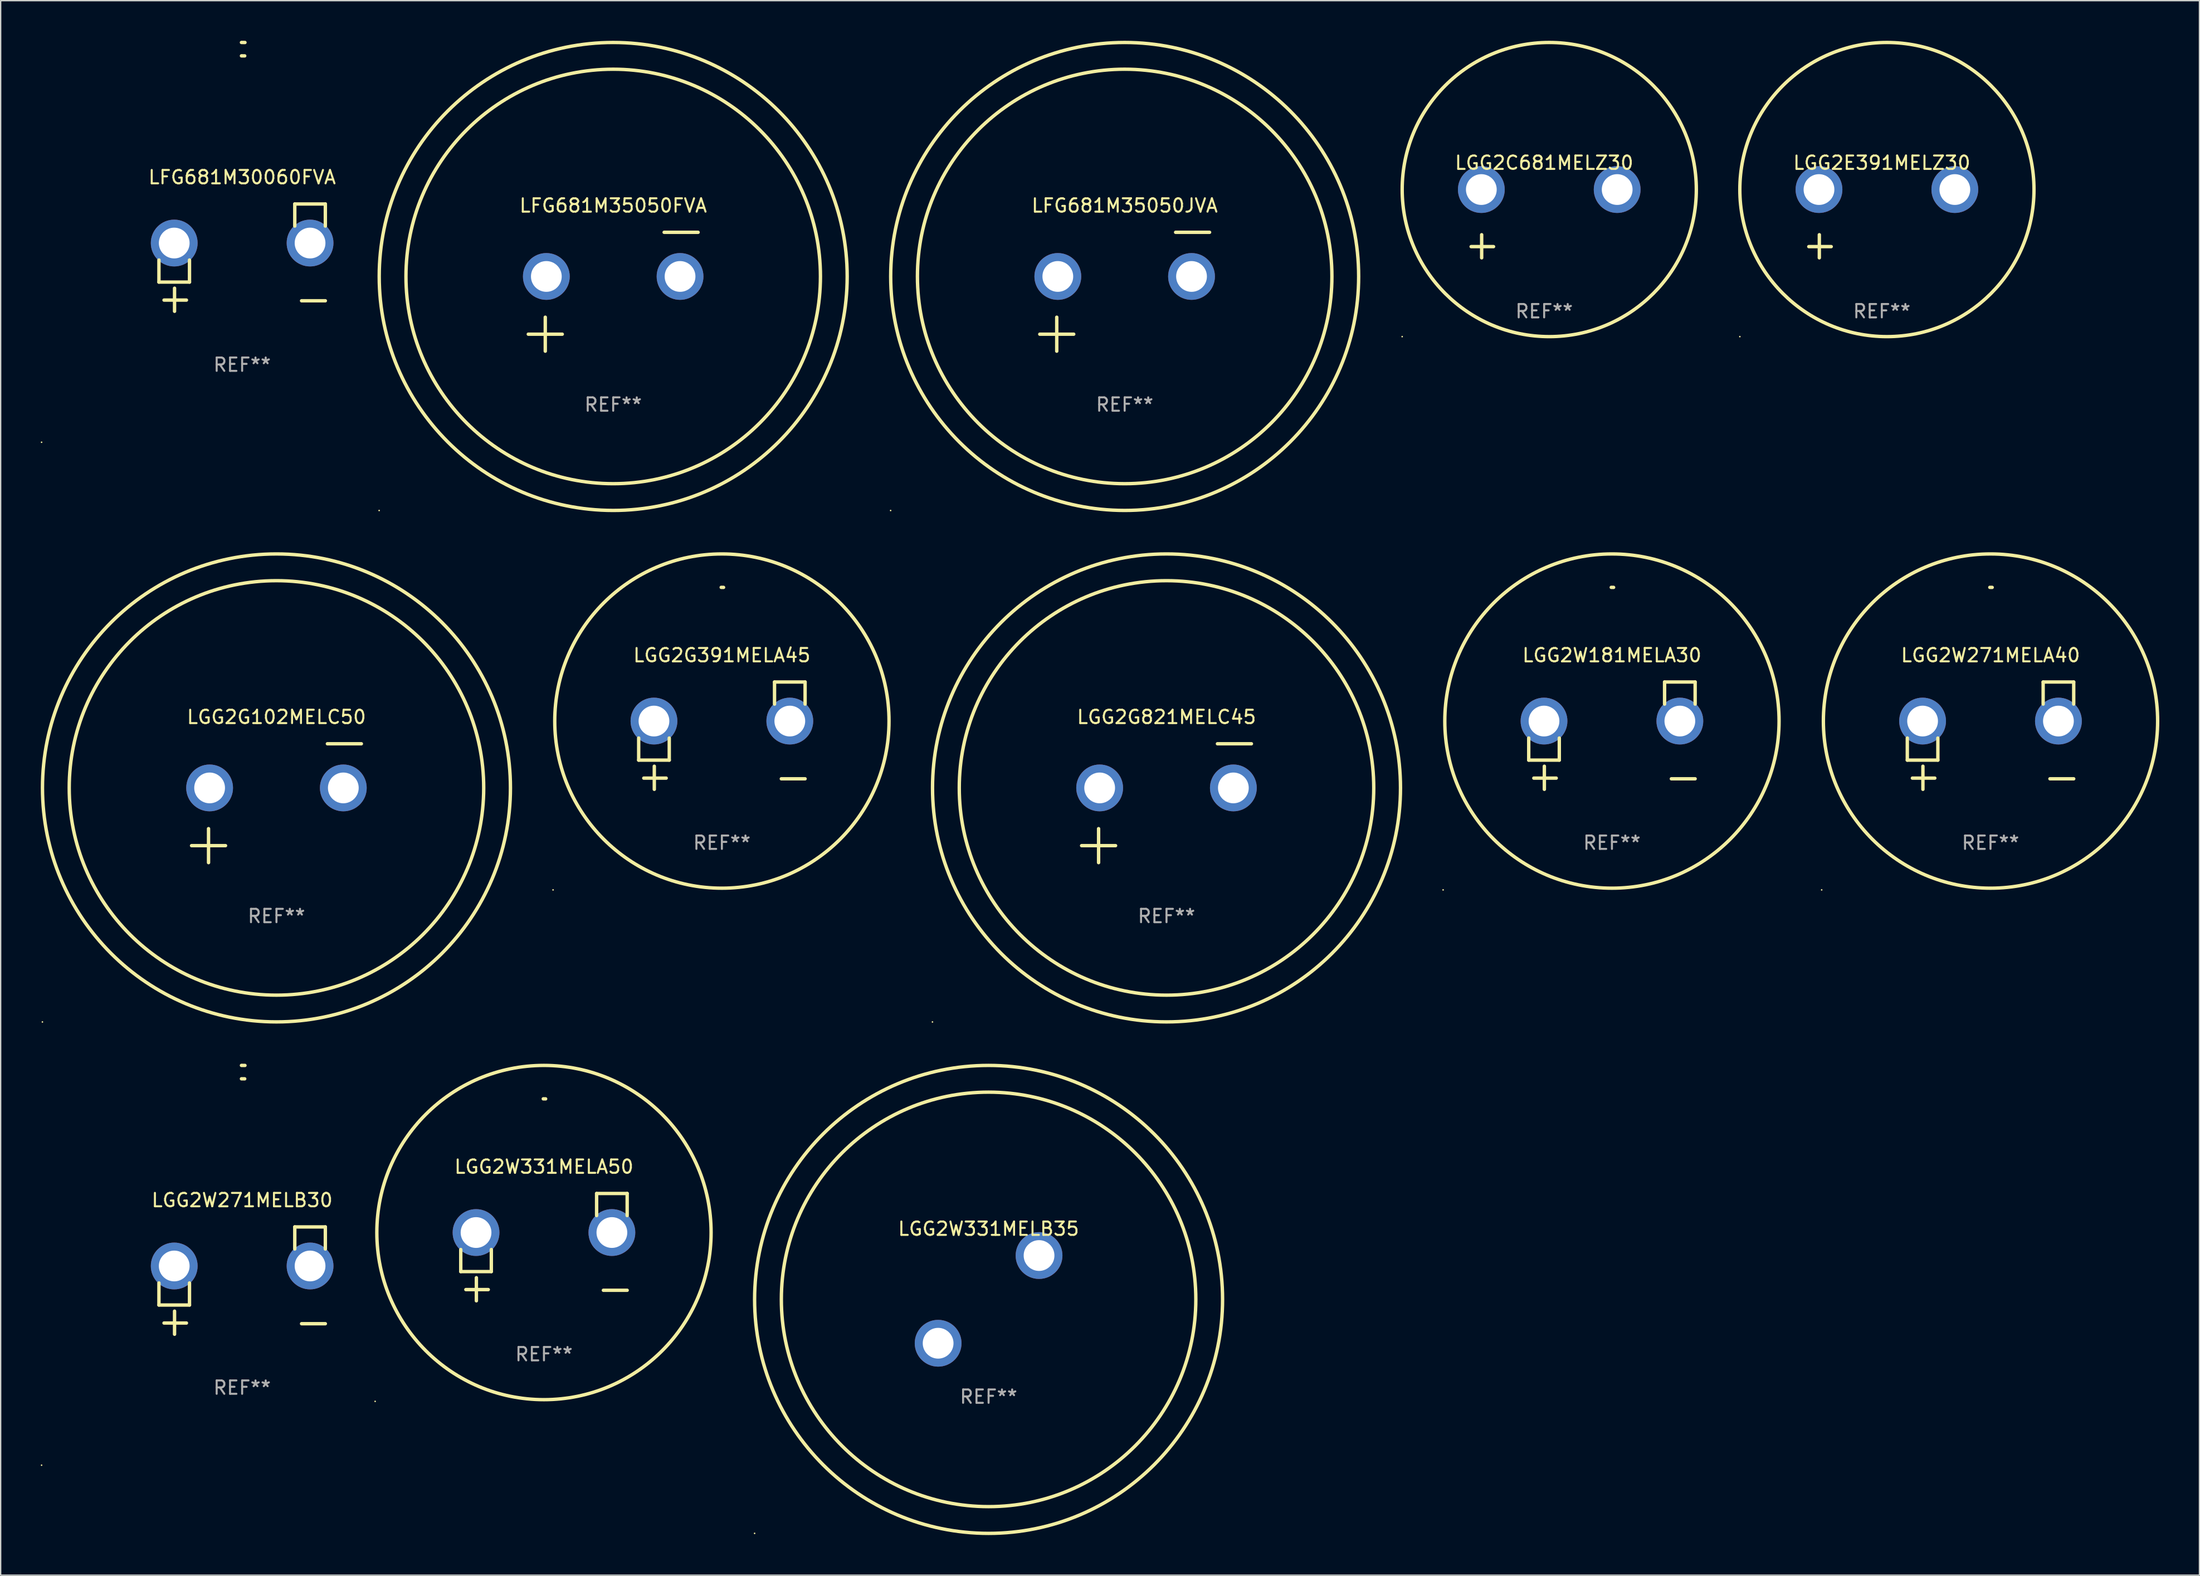
<source format=kicad_pcb>
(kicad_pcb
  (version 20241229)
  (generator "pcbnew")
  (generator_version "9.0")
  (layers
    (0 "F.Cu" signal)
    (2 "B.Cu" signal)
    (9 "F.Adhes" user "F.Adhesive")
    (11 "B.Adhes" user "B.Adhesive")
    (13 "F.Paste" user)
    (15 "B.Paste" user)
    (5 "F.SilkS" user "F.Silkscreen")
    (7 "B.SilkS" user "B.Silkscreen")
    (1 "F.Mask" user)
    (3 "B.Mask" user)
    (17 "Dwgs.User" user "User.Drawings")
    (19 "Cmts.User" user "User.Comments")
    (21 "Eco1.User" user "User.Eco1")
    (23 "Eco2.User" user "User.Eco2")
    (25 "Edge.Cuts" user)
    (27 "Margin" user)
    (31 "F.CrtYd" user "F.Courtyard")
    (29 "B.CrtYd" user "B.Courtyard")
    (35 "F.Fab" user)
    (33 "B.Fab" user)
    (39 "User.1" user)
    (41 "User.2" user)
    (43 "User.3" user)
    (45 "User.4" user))
  (footprint "LGG2G102MELC50"
    (layer "F.Cu")
    (at 17.627 57.024)
    (property "Reference" "LGG2G102MELC50" (at 0 -6.445 0) (layer "F.SilkS") (effects (font (size 1 1) (thickness 0.15))))
    (attr through_hole)
    (fp_line (start -6.35 3.175) (end -3.81 3.175) (stroke (width 0.254) (type solid)) (layer "F.SilkS"))
    (fp_line (start -5.08 1.905) (end -5.08 4.445) (stroke (width 0.254) (type solid)) (layer "F.SilkS"))
    (fp_line (start 3.81 -4.445) (end 6.35 -4.445) (stroke (width 0.254) (type solid)) (layer "F.SilkS"))
    (fp_circle (center -17.505 16.362) (end -17.475 16.362) (stroke (width 0.06) (type solid)) (fill no) (layer "F.SilkS"))
    (fp_circle (center 0 -1.143) (end 15.5 -1.143) (stroke (width 0.254) (type solid)) (fill no) (layer "F.SilkS"))
    (fp_circle (center 0 -1.143) (end 17.5 -1.143) (stroke (width 0.254) (type solid)) (fill no) (layer "F.SilkS"))
    (fp_text user "REF**" (at 0 8.445 0) (layer "F.Fab") (effects (font (size 1 1) (thickness 0.15))))
    (pad "1" thru_hole circle (at -5 -1.143) (size 3.5 3.5) (drill 2.3) (layers "*.Cu" "*.Mask"))
    (pad "2" thru_hole circle (at 5 -1.143) (size 3.5 3.5) (drill 2.3) (layers "*.Cu" "*.Mask")))
  (footprint "LGG2W271MELA40"
    (layer "F.Cu")
    (at 145.823 51.973)
    (property "Reference" "LGG2W271MELA40" (at 0 -6.013 0) (layer "F.SilkS") (effects (font (size 1 1) (thickness 0.15))))
    (attr through_hole)
    (fp_line (start -6.223 0.178) (end -6.223 1.829) (stroke (width 0.254) (type solid)) (layer "F.SilkS"))
    (fp_line (start -6.223 1.829) (end -3.937 1.829) (stroke (width 0.254) (type solid)) (layer "F.SilkS"))
    (fp_line (start -5.055 4.013) (end -5.055 2.286) (stroke (width 0.254) (type solid)) (layer "F.SilkS"))
    (fp_line (start -4.166 3.175) (end -5.842 3.175) (stroke (width 0.254) (type solid)) (layer "F.SilkS"))
    (fp_line (start -3.937 1.829) (end -3.937 0.178) (stroke (width 0.254) (type solid)) (layer "F.SilkS"))
    (fp_line (start 3.937 -4.013) (end 3.937 -2.362) (stroke (width 0.254) (type solid)) (layer "F.SilkS"))
    (fp_line (start 6.223 -4.013) (end 3.937 -4.013) (stroke (width 0.254) (type solid)) (layer "F.SilkS"))
    (fp_line (start 6.223 -2.362) (end 6.223 -4.013) (stroke (width 0.254) (type solid)) (layer "F.SilkS"))
    (fp_line (start 6.223 3.226) (end 4.445 3.226) (stroke (width 0.254) (type solid)) (layer "F.SilkS"))
    (fp_arc (start -0.0508 -11.092202) (mid 0.036835 -11.091307) (end 0.12446 -11.089662) (stroke (width 0.254001) (type solid)) (layer "F.SilkS"))
    (fp_circle (center -12.627 11.535) (end -12.597 11.535) (stroke (width 0.06) (type solid)) (fill no) (layer "F.SilkS"))
    (fp_circle (center 0 -1.092) (end 12.5 -1.092) (stroke (width 0.254) (type solid)) (fill no) (layer "F.SilkS"))
    (fp_text user "REF**" (at 0 8.013 0) (layer "F.Fab") (effects (font (size 1 1) (thickness 0.15))))
    (pad "1" thru_hole circle (at -5.08 -1.092) (size 3.5 3.5) (drill 2.3) (layers "*.Cu" "*.Mask"))
    (pad "2" thru_hole circle (at 5.08 -1.092) (size 3.5 3.5) (drill 2.3) (layers "*.Cu" "*.Mask")))
  (footprint "LGG2W331MELB35"
    (layer "F.Cu")
    (at 70.888 94.136)
    (property "Reference" "LGG2W331MELB35" (at 0 -5.28 0) (layer "F.SilkS") (effects (font (size 1 1) (thickness 0.15))))
    (attr through_hole)
    (fp_circle (center -17.5 17.5) (end -17.47 17.5) (stroke (width 0.06) (type solid)) (fill no) (layer "F.SilkS"))
    (fp_circle (center 0.000127 0) (end 15.5 0) (stroke (width 0.254) (type solid)) (fill no) (layer "F.SilkS"))
    (fp_circle (center 0.000127 0) (end 17.5 0) (stroke (width 0.254) (type solid)) (fill no) (layer "F.SilkS"))
    (fp_text user "+" (at -2.209 6.481 0) (layer "B.Mask") (effects (font (size 1 1) (thickness 0.15))))
    (fp_text user "-" (at 3.792 -0.019 0) (layer "B.Mask") (effects (font (size 1 1) (thickness 0.15))))
    (fp_text user "REF**" (at 0 7.28 0) (layer "F.Fab") (effects (font (size 1 1) (thickness 0.15))))
    (pad "1" thru_hole circle (at -3.774 3.28) (size 3.5 3.5) (drill 2.3) (layers "*.Cu" "*.Mask"))
    (pad "2" thru_hole circle (at 3.774 -3.28) (size 3.5 3.5) (drill 2.3) (layers "*.Cu" "*.Mask")))
  (footprint "LFG681M35050JVA"
    (layer "F.Cu")
    (at 81.066 18.77)
    (property "Reference" "LFG681M35050JVA" (at 0 -6.445 0) (layer "F.SilkS") (effects (font (size 1 1) (thickness 0.15))))
    (attr through_hole)
    (fp_line (start -6.35 3.175) (end -3.81 3.175) (stroke (width 0.254) (type solid)) (layer "F.SilkS"))
    (fp_line (start -5.08 1.905) (end -5.08 4.445) (stroke (width 0.254) (type solid)) (layer "F.SilkS"))
    (fp_line (start 3.81 -4.445) (end 6.35 -4.445) (stroke (width 0.254) (type solid)) (layer "F.SilkS"))
    (fp_circle (center -17.505 16.362) (end -17.475 16.362) (stroke (width 0.06) (type solid)) (fill no) (layer "F.SilkS"))
    (fp_circle (center 0 -1.143) (end 15.5 -1.143) (stroke (width 0.254) (type solid)) (fill no) (layer "F.SilkS"))
    (fp_circle (center 0 -1.143) (end 17.5 -1.143) (stroke (width 0.254) (type solid)) (fill no) (layer "F.SilkS"))
    (fp_text user "REF**" (at 0 8.445 0) (layer "F.Fab") (effects (font (size 1 1) (thickness 0.15))))
    (pad "1" thru_hole circle (at -5 -1.143) (size 3.5 3.5) (drill 2.3) (layers "*.Cu" "*.Mask"))
    (pad "2" thru_hole circle (at 5 -1.143) (size 3.5 3.5) (drill 2.3) (layers "*.Cu" "*.Mask")))
  (footprint "LGG2W271MELB30"
    (layer "F.Cu")
    (at 15.06 92.729)
    (property "Reference" "LGG2W271MELB30" (at 0 -6.013 0) (layer "F.SilkS") (effects (font (size 1 1) (thickness 0.15))))
    (attr through_hole)
    (fp_line (start -6.223 0.178) (end -6.223 1.829) (stroke (width 0.254) (type solid)) (layer "F.SilkS"))
    (fp_line (start -6.223 1.829) (end -3.937 1.829) (stroke (width 0.254) (type solid)) (layer "F.SilkS"))
    (fp_line (start -5.055 4.013) (end -5.055 2.286) (stroke (width 0.254) (type solid)) (layer "F.SilkS"))
    (fp_line (start -4.166 3.175) (end -5.842 3.175) (stroke (width 0.254) (type solid)) (layer "F.SilkS"))
    (fp_line (start -3.937 1.829) (end -3.937 0.178) (stroke (width 0.254) (type solid)) (layer "F.SilkS"))
    (fp_line (start 3.937 -4.013) (end 3.937 -2.362) (stroke (width 0.254) (type solid)) (layer "F.SilkS"))
    (fp_line (start 6.223 -4.013) (end 3.937 -4.013) (stroke (width 0.254) (type solid)) (layer "F.SilkS"))
    (fp_line (start 6.223 -2.362) (end 6.223 -4.013) (stroke (width 0.254) (type solid)) (layer "F.SilkS"))
    (fp_line (start 6.223 3.226) (end 4.445 3.226) (stroke (width 0.254) (type solid)) (layer "F.SilkS"))
    (fp_arc (start -0.0508 -16.093472) (mid 0.080016 -16.092762) (end 0.210821 -16.090932) (stroke (width 0.254001) (type solid)) (layer "F.SilkS"))
    (fp_arc (start -0.0508 -15.09271) (mid 0.071125 -15.091961) (end 0.19304 -15.09017) (stroke (width 0.254001) (type solid)) (layer "F.SilkS"))
    (fp_circle (center -15 13.808) (end -14.97 13.808) (stroke (width 0.06) (type solid)) (fill no) (layer "F.SilkS"))
    (fp_text user "REF**" (at 0 8.013 0) (layer "F.Fab") (effects (font (size 1 1) (thickness 0.15))))
    (pad "1" thru_hole circle (at -5.08 -1.092) (size 3.5 3.5) (drill 2.3) (layers "*.Cu" "*.Mask"))
    (pad "2" thru_hole circle (at 5.08 -1.092) (size 3.5 3.5) (drill 2.3) (layers "*.Cu" "*.Mask")))
  (footprint "LGG2C681MELZ30"
    (layer "F.Cu")
    (at 112.44 13.68)
    (property "Reference" "LGG2C681MELZ30" (at 0 -4.553 0) (layer "F.SilkS") (effects (font (size 1 1) (thickness 0.15))))
    (attr through_hole)
    (fp_line (start -4.674 2.553) (end -4.674 0.826) (stroke (width 0.254) (type solid)) (layer "F.SilkS"))
    (fp_line (start -3.785 1.715) (end -5.461 1.715) (stroke (width 0.254) (type solid)) (layer "F.SilkS"))
    (fp_circle (center -10.619 8.447) (end -10.589 8.447) (stroke (width 0.06) (type solid)) (fill no) (layer "F.SilkS"))
    (fp_circle (center 0.381 -2.553) (end 11.381 -2.553) (stroke (width 0.254) (type solid)) (fill no) (layer "F.SilkS"))
    (fp_text user "REF**" (at 0 6.553 0) (layer "F.Fab") (effects (font (size 1 1) (thickness 0.15))))
    (pad "1" thru_hole circle (at -4.699 -2.553) (size 3.5 3.5) (drill 2.3) (layers "*.Cu" "*.Mask"))
    (pad "2" thru_hole circle (at 5.461 -2.553) (size 3.5 3.5) (drill 2.3) (layers "*.Cu" "*.Mask")))
  (footprint "LGG2G821MELC45"
    (layer "F.Cu")
    (at 84.195 57.024)
    (property "Reference" "LGG2G821MELC45" (at 0 -6.445 0) (layer "F.SilkS") (effects (font (size 1 1) (thickness 0.15))))
    (attr through_hole)
    (fp_line (start -6.35 3.175) (end -3.81 3.175) (stroke (width 0.254) (type solid)) (layer "F.SilkS"))
    (fp_line (start -5.08 1.905) (end -5.08 4.445) (stroke (width 0.254) (type solid)) (layer "F.SilkS"))
    (fp_line (start 3.81 -4.445) (end 6.35 -4.445) (stroke (width 0.254) (type solid)) (layer "F.SilkS"))
    (fp_circle (center -17.505 16.362) (end -17.475 16.362) (stroke (width 0.06) (type solid)) (fill no) (layer "F.SilkS"))
    (fp_circle (center 0 -1.143) (end 15.5 -1.143) (stroke (width 0.254) (type solid)) (fill no) (layer "F.SilkS"))
    (fp_circle (center 0 -1.143) (end 17.5 -1.143) (stroke (width 0.254) (type solid)) (fill no) (layer "F.SilkS"))
    (fp_text user "REF**" (at 0 8.445 0) (layer "F.Fab") (effects (font (size 1 1) (thickness 0.15))))
    (pad "1" thru_hole circle (at -5 -1.143) (size 3.5 3.5) (drill 2.3) (layers "*.Cu" "*.Mask"))
    (pad "2" thru_hole circle (at 5 -1.143) (size 3.5 3.5) (drill 2.3) (layers "*.Cu" "*.Mask")))
  (footprint "LFG681M35050FVA"
    (layer "F.Cu")
    (at 42.812 18.77)
    (property "Reference" "LFG681M35050FVA" (at 0 -6.445 0) (layer "F.SilkS") (effects (font (size 1 1) (thickness 0.15))))
    (attr through_hole)
    (fp_line (start -6.35 3.175) (end -3.81 3.175) (stroke (width 0.254) (type solid)) (layer "F.SilkS"))
    (fp_line (start -5.08 1.905) (end -5.08 4.445) (stroke (width 0.254) (type solid)) (layer "F.SilkS"))
    (fp_line (start 3.81 -4.445) (end 6.35 -4.445) (stroke (width 0.254) (type solid)) (layer "F.SilkS"))
    (fp_circle (center -17.505 16.362) (end -17.475 16.362) (stroke (width 0.06) (type solid)) (fill no) (layer "F.SilkS"))
    (fp_circle (center 0 -1.143) (end 15.5 -1.143) (stroke (width 0.254) (type solid)) (fill no) (layer "F.SilkS"))
    (fp_circle (center 0 -1.143) (end 17.5 -1.143) (stroke (width 0.254) (type solid)) (fill no) (layer "F.SilkS"))
    (fp_text user "REF**" (at 0 8.445 0) (layer "F.Fab") (effects (font (size 1 1) (thickness 0.15))))
    (pad "1" thru_hole circle (at -5 -1.143) (size 3.5 3.5) (drill 2.3) (layers "*.Cu" "*.Mask"))
    (pad "2" thru_hole circle (at 5 -1.143) (size 3.5 3.5) (drill 2.3) (layers "*.Cu" "*.Mask")))
  (footprint "LGG2W181MELA30"
    (layer "F.Cu")
    (at 117.509 51.973)
    (property "Reference" "LGG2W181MELA30" (at 0 -6.013 0) (layer "F.SilkS") (effects (font (size 1 1) (thickness 0.15))))
    (attr through_hole)
    (fp_line (start -6.223 0.178) (end -6.223 1.829) (stroke (width 0.254) (type solid)) (layer "F.SilkS"))
    (fp_line (start -6.223 1.829) (end -3.937 1.829) (stroke (width 0.254) (type solid)) (layer "F.SilkS"))
    (fp_line (start -5.055 4.013) (end -5.055 2.286) (stroke (width 0.254) (type solid)) (layer "F.SilkS"))
    (fp_line (start -4.166 3.175) (end -5.842 3.175) (stroke (width 0.254) (type solid)) (layer "F.SilkS"))
    (fp_line (start -3.937 1.829) (end -3.937 0.178) (stroke (width 0.254) (type solid)) (layer "F.SilkS"))
    (fp_line (start 3.937 -4.013) (end 3.937 -2.362) (stroke (width 0.254) (type solid)) (layer "F.SilkS"))
    (fp_line (start 6.223 -4.013) (end 3.937 -4.013) (stroke (width 0.254) (type solid)) (layer "F.SilkS"))
    (fp_line (start 6.223 -2.362) (end 6.223 -4.013) (stroke (width 0.254) (type solid)) (layer "F.SilkS"))
    (fp_line (start 6.223 3.226) (end 4.445 3.226) (stroke (width 0.254) (type solid)) (layer "F.SilkS"))
    (fp_arc (start -0.0508 -11.092202) (mid 0.036835 -11.091307) (end 0.12446 -11.089662) (stroke (width 0.254001) (type solid)) (layer "F.SilkS"))
    (fp_circle (center -12.627 11.535) (end -12.597 11.535) (stroke (width 0.06) (type solid)) (fill no) (layer "F.SilkS"))
    (fp_circle (center 0 -1.092) (end 12.5 -1.092) (stroke (width 0.254) (type solid)) (fill no) (layer "F.SilkS"))
    (fp_text user "REF**" (at 0 8.013 0) (layer "F.Fab") (effects (font (size 1 1) (thickness 0.15))))
    (pad "1" thru_hole circle (at -5.08 -1.092) (size 3.5 3.5) (drill 2.3) (layers "*.Cu" "*.Mask"))
    (pad "2" thru_hole circle (at 5.08 -1.092) (size 3.5 3.5) (drill 2.3) (layers "*.Cu" "*.Mask")))
  (footprint "LFG681M30060FVA"
    (layer "F.Cu")
    (at 15.06 16.22)
    (property "Reference" "LFG681M30060FVA" (at 0 -6.013 0) (layer "F.SilkS") (effects (font (size 1 1) (thickness 0.15))))
    (attr through_hole)
    (fp_line (start -6.223 0.178) (end -6.223 1.829) (stroke (width 0.254) (type solid)) (layer "F.SilkS"))
    (fp_line (start -6.223 1.829) (end -3.937 1.829) (stroke (width 0.254) (type solid)) (layer "F.SilkS"))
    (fp_line (start -5.055 4.013) (end -5.055 2.286) (stroke (width 0.254) (type solid)) (layer "F.SilkS"))
    (fp_line (start -4.166 3.175) (end -5.842 3.175) (stroke (width 0.254) (type solid)) (layer "F.SilkS"))
    (fp_line (start -3.937 1.829) (end -3.937 0.178) (stroke (width 0.254) (type solid)) (layer "F.SilkS"))
    (fp_line (start 3.937 -4.013) (end 3.937 -2.362) (stroke (width 0.254) (type solid)) (layer "F.SilkS"))
    (fp_line (start 6.223 -4.013) (end 3.937 -4.013) (stroke (width 0.254) (type solid)) (layer "F.SilkS"))
    (fp_line (start 6.223 -2.362) (end 6.223 -4.013) (stroke (width 0.254) (type solid)) (layer "F.SilkS"))
    (fp_line (start 6.223 3.226) (end 4.445 3.226) (stroke (width 0.254) (type solid)) (layer "F.SilkS"))
    (fp_arc (start -0.0508 -16.093472) (mid 0.080016 -16.092762) (end 0.210821 -16.090932) (stroke (width 0.254001) (type solid)) (layer "F.SilkS"))
    (fp_arc (start -0.0508 -15.09271) (mid 0.071125 -15.091961) (end 0.19304 -15.09017) (stroke (width 0.254001) (type solid)) (layer "F.SilkS"))
    (fp_circle (center -15 13.808) (end -14.97 13.808) (stroke (width 0.06) (type solid)) (fill no) (layer "F.SilkS"))
    (fp_text user "REF**" (at 0 8.013 0) (layer "F.Fab") (effects (font (size 1 1) (thickness 0.15))))
    (pad "1" thru_hole circle (at -5.08 -1.092) (size 3.5 3.5) (drill 2.3) (layers "*.Cu" "*.Mask"))
    (pad "2" thru_hole circle (at 5.08 -1.092) (size 3.5 3.5) (drill 2.3) (layers "*.Cu" "*.Mask")))
  (footprint "LGG2G391MELA45"
    (layer "F.Cu")
    (at 50.941 51.973)
    (property "Reference" "LGG2G391MELA45" (at 0 -6.013 0) (layer "F.SilkS") (effects (font (size 1 1) (thickness 0.15))))
    (attr through_hole)
    (fp_line (start -6.223 0.178) (end -6.223 1.829) (stroke (width 0.254) (type solid)) (layer "F.SilkS"))
    (fp_line (start -6.223 1.829) (end -3.937 1.829) (stroke (width 0.254) (type solid)) (layer "F.SilkS"))
    (fp_line (start -5.055 4.013) (end -5.055 2.286) (stroke (width 0.254) (type solid)) (layer "F.SilkS"))
    (fp_line (start -4.166 3.175) (end -5.842 3.175) (stroke (width 0.254) (type solid)) (layer "F.SilkS"))
    (fp_line (start -3.937 1.829) (end -3.937 0.178) (stroke (width 0.254) (type solid)) (layer "F.SilkS"))
    (fp_line (start 3.937 -4.013) (end 3.937 -2.362) (stroke (width 0.254) (type solid)) (layer "F.SilkS"))
    (fp_line (start 6.223 -4.013) (end 3.937 -4.013) (stroke (width 0.254) (type solid)) (layer "F.SilkS"))
    (fp_line (start 6.223 -2.362) (end 6.223 -4.013) (stroke (width 0.254) (type solid)) (layer "F.SilkS"))
    (fp_line (start 6.223 3.226) (end 4.445 3.226) (stroke (width 0.254) (type solid)) (layer "F.SilkS"))
    (fp_arc (start -0.0508 -11.092202) (mid 0.036835 -11.091307) (end 0.12446 -11.089662) (stroke (width 0.254001) (type solid)) (layer "F.SilkS"))
    (fp_circle (center -12.627 11.535) (end -12.597 11.535) (stroke (width 0.06) (type solid)) (fill no) (layer "F.SilkS"))
    (fp_circle (center 0 -1.092) (end 12.5 -1.092) (stroke (width 0.254) (type solid)) (fill no) (layer "F.SilkS"))
    (fp_text user "REF**" (at 0 8.013 0) (layer "F.Fab") (effects (font (size 1 1) (thickness 0.15))))
    (pad "1" thru_hole circle (at -5.08 -1.092) (size 3.5 3.5) (drill 2.3) (layers "*.Cu" "*.Mask"))
    (pad "2" thru_hole circle (at 5.08 -1.092) (size 3.5 3.5) (drill 2.3) (layers "*.Cu" "*.Mask")))
  (footprint "LGG2W331MELA50"
    (layer "F.Cu")
    (at 37.634 90.228)
    (property "Reference" "LGG2W331MELA50" (at 0 -6.013 0) (layer "F.SilkS") (effects (font (size 1 1) (thickness 0.15))))
    (attr through_hole)
    (fp_line (start -6.223 0.178) (end -6.223 1.829) (stroke (width 0.254) (type solid)) (layer "F.SilkS"))
    (fp_line (start -6.223 1.829) (end -3.937 1.829) (stroke (width 0.254) (type solid)) (layer "F.SilkS"))
    (fp_line (start -5.055 4.013) (end -5.055 2.286) (stroke (width 0.254) (type solid)) (layer "F.SilkS"))
    (fp_line (start -4.166 3.175) (end -5.842 3.175) (stroke (width 0.254) (type solid)) (layer "F.SilkS"))
    (fp_line (start -3.937 1.829) (end -3.937 0.178) (stroke (width 0.254) (type solid)) (layer "F.SilkS"))
    (fp_line (start 3.937 -4.013) (end 3.937 -2.362) (stroke (width 0.254) (type solid)) (layer "F.SilkS"))
    (fp_line (start 6.223 -4.013) (end 3.937 -4.013) (stroke (width 0.254) (type solid)) (layer "F.SilkS"))
    (fp_line (start 6.223 -2.362) (end 6.223 -4.013) (stroke (width 0.254) (type solid)) (layer "F.SilkS"))
    (fp_line (start 6.223 3.226) (end 4.445 3.226) (stroke (width 0.254) (type solid)) (layer "F.SilkS"))
    (fp_arc (start -0.0508 -11.092202) (mid 0.036835 -11.091307) (end 0.12446 -11.089662) (stroke (width 0.254001) (type solid)) (layer "F.SilkS"))
    (fp_circle (center -12.627 11.535) (end -12.597 11.535) (stroke (width 0.06) (type solid)) (fill no) (layer "F.SilkS"))
    (fp_circle (center 0 -1.092) (end 12.5 -1.092) (stroke (width 0.254) (type solid)) (fill no) (layer "F.SilkS"))
    (fp_text user "REF**" (at 0 8.013 0) (layer "F.Fab") (effects (font (size 1 1) (thickness 0.15))))
    (pad "1" thru_hole circle (at -5.08 -1.092) (size 3.5 3.5) (drill 2.3) (layers "*.Cu" "*.Mask"))
    (pad "2" thru_hole circle (at 5.08 -1.092) (size 3.5 3.5) (drill 2.3) (layers "*.Cu" "*.Mask")))
  (footprint "LGG2E391MELZ30"
    (layer "F.Cu")
    (at 137.694 13.68)
    (property "Reference" "LGG2E391MELZ30" (at 0 -4.553 0) (layer "F.SilkS") (effects (font (size 1 1) (thickness 0.15))))
    (attr through_hole)
    (fp_line (start -4.674 2.553) (end -4.674 0.826) (stroke (width 0.254) (type solid)) (layer "F.SilkS"))
    (fp_line (start -3.785 1.715) (end -5.461 1.715) (stroke (width 0.254) (type solid)) (layer "F.SilkS"))
    (fp_circle (center -10.619 8.447) (end -10.589 8.447) (stroke (width 0.06) (type solid)) (fill no) (layer "F.SilkS"))
    (fp_circle (center 0.381 -2.553) (end 11.381 -2.553) (stroke (width 0.254) (type solid)) (fill no) (layer "F.SilkS"))
    (fp_text user "REF**" (at 0 6.553 0) (layer "F.Fab") (effects (font (size 1 1) (thickness 0.15))))
    (pad "1" thru_hole circle (at -4.699 -2.553) (size 3.5 3.5) (drill 2.3) (layers "*.Cu" "*.Mask"))
    (pad "2" thru_hole circle (at 5.461 -2.553) (size 3.5 3.5) (drill 2.3) (layers "*.Cu" "*.Mask")))
  (gr_rect
    (start -3 -3)
    (end 161.45 114.763)
    (stroke (width 0.1) (type default))
    (fill no)
    (layer "Edge.Cuts")))
</source>
